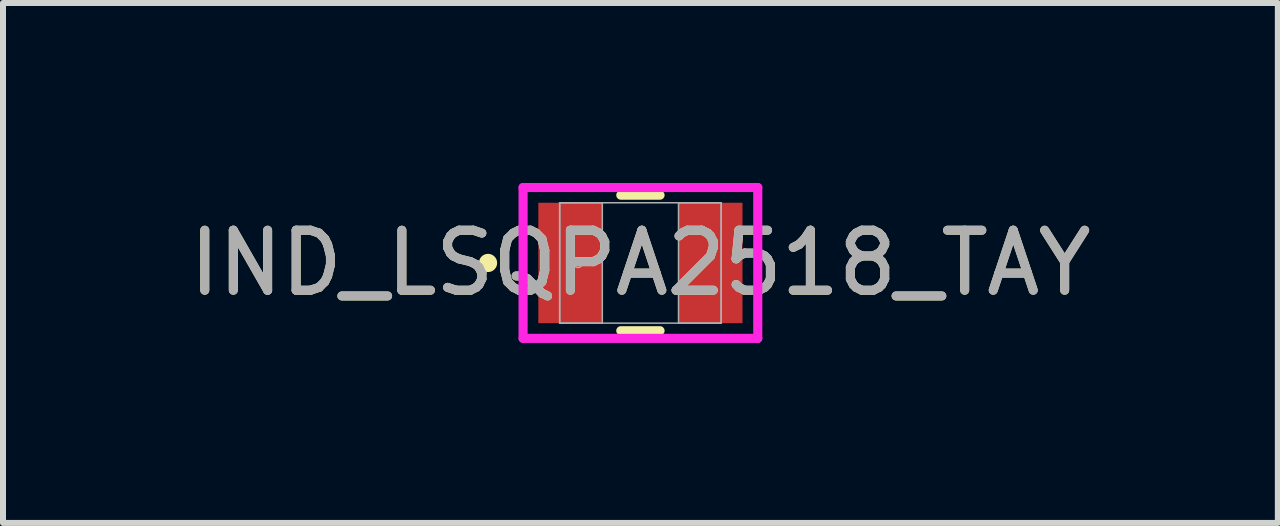
<source format=kicad_pcb>
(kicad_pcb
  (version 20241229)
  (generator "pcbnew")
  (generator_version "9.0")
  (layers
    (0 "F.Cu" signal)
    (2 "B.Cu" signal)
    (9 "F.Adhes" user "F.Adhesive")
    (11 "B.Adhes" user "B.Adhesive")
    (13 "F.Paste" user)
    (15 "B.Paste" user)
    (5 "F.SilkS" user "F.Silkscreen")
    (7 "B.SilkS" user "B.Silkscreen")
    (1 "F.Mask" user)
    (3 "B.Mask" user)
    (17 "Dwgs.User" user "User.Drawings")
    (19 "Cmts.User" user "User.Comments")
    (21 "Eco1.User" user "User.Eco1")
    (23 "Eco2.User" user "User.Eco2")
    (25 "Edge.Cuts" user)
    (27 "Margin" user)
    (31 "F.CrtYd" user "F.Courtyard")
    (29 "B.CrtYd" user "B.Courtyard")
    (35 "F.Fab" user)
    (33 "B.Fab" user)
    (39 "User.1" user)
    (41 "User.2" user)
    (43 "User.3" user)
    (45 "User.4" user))
  (footprint "IND_LSQPA2518_TAY"
    (layer "F.Cu")
    (at 7.625 1.333)
    (property "Reference" "IND_LSQPA2518_TAY" (at 0 0 0) (unlocked yes) (layer "F.SilkS") (effects (font (size 1 1) (thickness 0.15))))
    (attr smd)
    (fp_line (start -0.327 1.13) (end 0.327 1.13) (stroke (width 0.152) (type solid)) (layer "F.SilkS"))
    (fp_line (start 0.327 -1.13) (end -0.327 -1.13) (stroke (width 0.152) (type solid)) (layer "F.SilkS"))
    (fp_circle (center -2.54 0) (end -2.464 0) (stroke (width 0.152) (type solid)) (fill no) (layer "F.SilkS"))
    (fp_line (start -1.956 -1.257) (end 1.956 -1.257) (stroke (width 0.152) (type solid)) (layer "F.CrtYd"))
    (fp_line (start -1.956 1.257) (end -1.956 -1.257) (stroke (width 0.152) (type solid)) (layer "F.CrtYd"))
    (fp_line (start 1.956 -1.257) (end 1.956 1.257) (stroke (width 0.152) (type solid)) (layer "F.CrtYd"))
    (fp_line (start 1.956 1.257) (end -1.956 1.257) (stroke (width 0.152) (type solid)) (layer "F.CrtYd"))
    (fp_line (start -1.346 -1.003) (end -1.346 1.003) (stroke (width 0.025) (type solid)) (layer "F.Fab"))
    (fp_line (start -1.346 -1.003) (end -1.346 1.003) (stroke (width 0.025) (type solid)) (layer "F.Fab"))
    (fp_line (start -1.346 1.003) (end -0.635 1.003) (stroke (width 0.025) (type solid)) (layer "F.Fab"))
    (fp_line (start -1.346 1.003) (end 1.346 1.003) (stroke (width 0.025) (type solid)) (layer "F.Fab"))
    (fp_line (start -0.635 -1.003) (end -1.346 -1.003) (stroke (width 0.025) (type solid)) (layer "F.Fab"))
    (fp_line (start -0.635 1.003) (end -0.635 -1.003) (stroke (width 0.025) (type solid)) (layer "F.Fab"))
    (fp_line (start 0.635 -1.003) (end 0.635 1.003) (stroke (width 0.025) (type solid)) (layer "F.Fab"))
    (fp_line (start 0.635 1.003) (end 1.346 1.003) (stroke (width 0.025) (type solid)) (layer "F.Fab"))
    (fp_line (start 1.346 -1.003) (end -1.346 -1.003) (stroke (width 0.025) (type solid)) (layer "F.Fab"))
    (fp_line (start 1.346 -1.003) (end 0.635 -1.003) (stroke (width 0.025) (type solid)) (layer "F.Fab"))
    (fp_line (start 1.346 1.003) (end 1.346 -1.003) (stroke (width 0.025) (type solid)) (layer "F.Fab"))
    (fp_line (start 1.346 1.003) (end 1.346 -1.003) (stroke (width 0.025) (type solid)) (layer "F.Fab"))
    (fp_circle (center -1.041 0) (end -0.965 0) (stroke (width 0.025) (type solid)) (fill no) (layer "F.Fab"))
    (fp_text user "${REFERENCE}" (at 0 0 0) (unlocked yes) (layer "F.Fab") (effects (font (size 1 1) (thickness 0.15))))
    (pad "1" smd rect (at -1.168 0) (size 1.067 2.007) (layers "F.Cu" "F.Mask" "F.Paste"))
    (pad "2" smd rect (at 1.168 0) (size 1.067 2.007) (layers "F.Cu" "F.Mask" "F.Paste"))
    (zone (net_name "") (layer "F.Cu") (hatch full 0.508) (connect_pads) (min_thickness 0.254) (filled_areas_thickness no) (keepout (tracks not_allowed) (vias not_allowed) (pads allowed) (copperpour not_allowed) (footprints allowed)) (placement (enabled no)) (fill) (polygon (pts (xy 7.041 0.381) (xy 8.209 0.381) (xy 8.209 2.286) (xy 7.041 2.286)))))
  (gr_rect
    (start -3 -3)
    (end 18.25 5.667)
    (stroke (width 0.1) (type default))
    (fill no)
    (layer "Edge.Cuts")))
</source>
